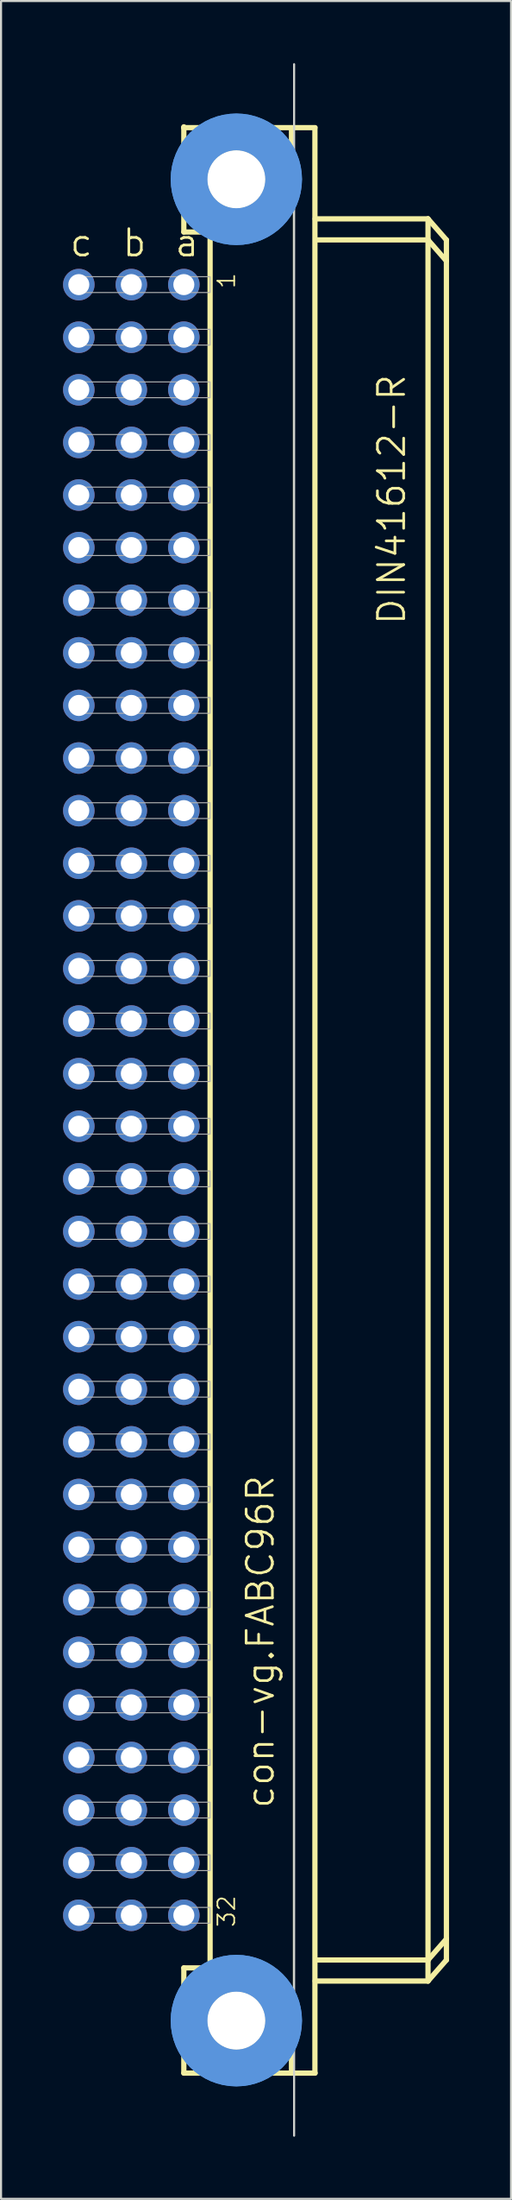
<source format=kicad_pcb>
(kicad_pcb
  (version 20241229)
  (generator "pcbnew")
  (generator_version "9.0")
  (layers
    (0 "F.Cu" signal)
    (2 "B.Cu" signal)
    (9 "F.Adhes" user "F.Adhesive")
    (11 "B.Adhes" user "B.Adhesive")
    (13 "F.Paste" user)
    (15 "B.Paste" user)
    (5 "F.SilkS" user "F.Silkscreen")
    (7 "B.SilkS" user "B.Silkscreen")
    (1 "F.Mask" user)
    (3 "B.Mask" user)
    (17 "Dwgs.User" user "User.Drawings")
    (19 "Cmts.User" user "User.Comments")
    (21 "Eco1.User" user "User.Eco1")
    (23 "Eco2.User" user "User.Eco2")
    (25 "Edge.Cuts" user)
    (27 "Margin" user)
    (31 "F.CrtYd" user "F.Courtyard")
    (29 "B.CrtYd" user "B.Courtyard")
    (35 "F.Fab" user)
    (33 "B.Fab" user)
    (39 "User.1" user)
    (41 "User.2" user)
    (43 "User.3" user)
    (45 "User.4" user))
  (footprint "con-vg.FABC96R"
    (layer "F.Cu")
    (at 8.382 50.063)
    (property "Reference" "con-vg.FABC96R" (at 1.905 34.29 90) (layer "F.SilkS") (effects (font (size 1.27 1.27) (thickness 0.13)) (justify left bottom)))
    (attr through_hole)
    (fp_line (start -2.54 -46.99) (end -2.54 -46.95) (stroke (width 0.254) (type default)) (layer "F.SilkS"))
    (fp_line (start -2.54 -46.95) (end -2.54 -41.91) (stroke (width 0.254) (type default)) (layer "F.SilkS"))
    (fp_line (start -2.54 -46.95) (end 3.81 -46.95) (stroke (width 0.254) (type default)) (layer "F.SilkS"))
    (fp_line (start -2.54 -41.91) (end -1.27 -41.91) (stroke (width 0.254) (type default)) (layer "F.SilkS"))
    (fp_line (start -2.54 41.91) (end -1.27 41.91) (stroke (width 0.254) (type default)) (layer "F.SilkS"))
    (fp_line (start -2.54 46.99) (end -2.54 41.91) (stroke (width 0.254) (type default)) (layer "F.SilkS"))
    (fp_line (start -2.54 46.99) (end 2.667 46.99) (stroke (width 0.254) (type default)) (layer "F.SilkS"))
    (fp_line (start -1.27 -41.91) (end -1.27 41.91) (stroke (width 0.254) (type default)) (layer "F.SilkS"))
    (fp_line (start -1.27 -41.91) (end 1.27 -41.91) (stroke (width 0.254) (type default)) (layer "F.SilkS"))
    (fp_line (start -1.27 41.91) (end 1.27 41.91) (stroke (width 0.254) (type default)) (layer "F.SilkS"))
    (fp_line (start 1.27 -41.91) (end 2.667 -43.18) (stroke (width 0.254) (type default)) (layer "F.SilkS"))
    (fp_line (start 1.27 41.91) (end 2.667 43.18) (stroke (width 0.254) (type default)) (layer "F.SilkS"))
    (fp_line (start 2.667 -43.18) (end 2.667 -46.863) (stroke (width 0.254) (type default)) (layer "F.SilkS"))
    (fp_line (start 2.667 43.18) (end 2.667 46.99) (stroke (width 0.254) (type default)) (layer "F.SilkS"))
    (fp_line (start 2.667 46.99) (end 3.81 46.99) (stroke (width 0.254) (type default)) (layer "F.SilkS"))
    (fp_line (start 2.76 -46.86) (end 2.76 46.987) (stroke (width 0.051) (type default)) (layer "F.SilkS"))
    (fp_line (start 3.8 46.987) (end 3.8 -46.86) (stroke (width 0.254) (type default)) (layer "F.SilkS"))
    (fp_line (start 3.81 -42.545) (end 9.271 -42.545) (stroke (width 0.254) (type default)) (layer "F.SilkS"))
    (fp_line (start 3.937 41.529) (end 9.271 41.529) (stroke (width 0.254) (type default)) (layer "F.SilkS"))
    (fp_line (start 9.271 -41.529) (end 3.937 -41.529) (stroke (width 0.254) (type default)) (layer "F.SilkS"))
    (fp_line (start 9.271 -41.529) (end 9.271 -42.545) (stroke (width 0.254) (type default)) (layer "F.SilkS"))
    (fp_line (start 9.271 41.529) (end 9.271 -41.529) (stroke (width 0.254) (type default)) (layer "F.SilkS"))
    (fp_line (start 9.271 41.529) (end 10.16 40.513) (stroke (width 0.254) (type default)) (layer "F.SilkS"))
    (fp_line (start 9.271 42.545) (end 3.81 42.545) (stroke (width 0.254) (type default)) (layer "F.SilkS"))
    (fp_line (start 9.271 42.545) (end 9.271 41.529) (stroke (width 0.254) (type default)) (layer "F.SilkS"))
    (fp_line (start 9.271 42.545) (end 10.16 41.529) (stroke (width 0.254) (type default)) (layer "F.SilkS"))
    (fp_line (start 10.16 -41.529) (end 9.271 -42.545) (stroke (width 0.254) (type default)) (layer "F.SilkS"))
    (fp_line (start 10.16 -40.513) (end 9.271 -41.529) (stroke (width 0.254) (type default)) (layer "F.SilkS"))
    (fp_line (start 10.16 -40.513) (end 10.16 -41.529) (stroke (width 0.254) (type default)) (layer "F.SilkS"))
    (fp_line (start 10.16 40.513) (end 10.16 -40.513) (stroke (width 0.254) (type default)) (layer "F.SilkS"))
    (fp_line (start 10.16 41.529) (end 10.16 40.513) (stroke (width 0.254) (type default)) (layer "F.SilkS"))
    (fp_circle (center 0 -44.456) (end 1.27 -44.456) (stroke (width 0.254) (type default)) (fill no) (layer "F.SilkS"))
    (fp_circle (center 0 44.456) (end 1.27 44.456) (stroke (width 0.254) (type default)) (fill no) (layer "F.SilkS"))
    (fp_circle (center 0 -44.456) (end 2.286 -44.456) (stroke (width 1.778) (type default)) (fill no) (layer "Cmts.User"))
    (fp_circle (center 0 -44.456) (end 2.286 -44.456) (stroke (width 1.778) (type default)) (fill no) (layer "Cmts.User"))
    (fp_circle (center 0 44.456) (end 2.286 44.456) (stroke (width 1.778) (type default)) (fill no) (layer "Cmts.User"))
    (fp_circle (center 0 44.456) (end 2.286 44.456) (stroke (width 1.778) (type default)) (fill no) (layer "Cmts.User"))
    (fp_line (start 2.794 50.013) (end 2.794 -50.013) (stroke (width 0.1) (type default)) (layer "Edge.Cuts"))
    (fp_rect (start -7.874 -38.989) (end -1.27 -39.751) (stroke (width 0.05) (type default)) (fill no) (layer "F.Fab"))
    (fp_rect (start -7.874 -36.449) (end -1.27 -37.211) (stroke (width 0.05) (type default)) (fill no) (layer "F.Fab"))
    (fp_rect (start -7.874 -33.909) (end -1.27 -34.671) (stroke (width 0.05) (type default)) (fill no) (layer "F.Fab"))
    (fp_rect (start -7.874 -31.369) (end -1.27 -32.131) (stroke (width 0.05) (type default)) (fill no) (layer "F.Fab"))
    (fp_rect (start -7.874 -28.829) (end -1.27 -29.591) (stroke (width 0.05) (type default)) (fill no) (layer "F.Fab"))
    (fp_rect (start -7.874 -26.289) (end -1.27 -27.051) (stroke (width 0.05) (type default)) (fill no) (layer "F.Fab"))
    (fp_rect (start -7.874 -23.749) (end -1.27 -24.511) (stroke (width 0.05) (type default)) (fill no) (layer "F.Fab"))
    (fp_rect (start -7.874 -21.209) (end -1.27 -21.971) (stroke (width 0.05) (type default)) (fill no) (layer "F.Fab"))
    (fp_rect (start -7.874 -18.669) (end -1.27 -19.431) (stroke (width 0.05) (type default)) (fill no) (layer "F.Fab"))
    (fp_rect (start -7.874 -16.129) (end -1.27 -16.891) (stroke (width 0.05) (type default)) (fill no) (layer "F.Fab"))
    (fp_rect (start -7.874 -13.589) (end -1.27 -14.351) (stroke (width 0.05) (type default)) (fill no) (layer "F.Fab"))
    (fp_rect (start -7.874 -11.049) (end -1.27 -11.811) (stroke (width 0.05) (type default)) (fill no) (layer "F.Fab"))
    (fp_rect (start -7.874 -8.509) (end -1.27 -9.271) (stroke (width 0.05) (type default)) (fill no) (layer "F.Fab"))
    (fp_rect (start -7.874 -5.969) (end -1.27 -6.731) (stroke (width 0.05) (type default)) (fill no) (layer "F.Fab"))
    (fp_rect (start -7.874 -3.429) (end -1.27 -4.191) (stroke (width 0.05) (type default)) (fill no) (layer "F.Fab"))
    (fp_rect (start -7.874 -0.889) (end -1.27 -1.651) (stroke (width 0.05) (type default)) (fill no) (layer "F.Fab"))
    (fp_rect (start -7.874 1.651) (end -1.27 0.889) (stroke (width 0.05) (type default)) (fill no) (layer "F.Fab"))
    (fp_rect (start -7.874 4.191) (end -1.27 3.429) (stroke (width 0.05) (type default)) (fill no) (layer "F.Fab"))
    (fp_rect (start -7.874 6.731) (end -1.27 5.969) (stroke (width 0.05) (type default)) (fill no) (layer "F.Fab"))
    (fp_rect (start -7.874 9.271) (end -1.27 8.509) (stroke (width 0.05) (type default)) (fill no) (layer "F.Fab"))
    (fp_rect (start -7.874 11.811) (end -1.27 11.049) (stroke (width 0.05) (type default)) (fill no) (layer "F.Fab"))
    (fp_rect (start -7.874 14.351) (end -1.27 13.589) (stroke (width 0.05) (type default)) (fill no) (layer "F.Fab"))
    (fp_rect (start -7.874 16.891) (end -1.27 16.129) (stroke (width 0.05) (type default)) (fill no) (layer "F.Fab"))
    (fp_rect (start -7.874 19.431) (end -1.27 18.669) (stroke (width 0.05) (type default)) (fill no) (layer "F.Fab"))
    (fp_rect (start -7.874 21.971) (end -1.27 21.209) (stroke (width 0.05) (type default)) (fill no) (layer "F.Fab"))
    (fp_rect (start -7.874 24.511) (end -1.27 23.749) (stroke (width 0.05) (type default)) (fill no) (layer "F.Fab"))
    (fp_rect (start -7.874 27.051) (end -1.27 26.289) (stroke (width 0.05) (type default)) (fill no) (layer "F.Fab"))
    (fp_rect (start -7.874 29.591) (end -1.27 28.829) (stroke (width 0.05) (type default)) (fill no) (layer "F.Fab"))
    (fp_rect (start -7.874 32.131) (end -1.27 31.369) (stroke (width 0.05) (type default)) (fill no) (layer "F.Fab"))
    (fp_rect (start -7.874 34.671) (end -1.27 33.909) (stroke (width 0.05) (type default)) (fill no) (layer "F.Fab"))
    (fp_rect (start -7.874 37.211) (end -1.27 36.449) (stroke (width 0.05) (type default)) (fill no) (layer "F.Fab"))
    (fp_rect (start -7.874 39.751) (end -1.27 38.989) (stroke (width 0.05) (type default)) (fill no) (layer "F.Fab"))
    (fp_text user "1" (at 0 -39.116 90) (layer "F.SilkS") (effects (font (size 0.813 0.813) (thickness 0.08)) (justify left bottom)))
    (fp_text user "DIN41612-R" (at 8.255 -22.86 90) (layer "F.SilkS") (effects (font (size 1.27 1.27) (thickness 0.13)) (justify left bottom)))
    (fp_text user "32" (at 0 40.005 90) (layer "F.SilkS") (effects (font (size 0.813 0.813) (thickness 0.08)) (justify left bottom)))
    (fp_text user "a" (at -3.048 -40.64 0) (layer "F.SilkS") (effects (font (size 1.27 1.27) (thickness 0.13)) (justify left bottom)))
    (fp_text user "b" (at -5.588 -40.64 0) (layer "F.SilkS") (effects (font (size 1.27 1.27) (thickness 0.13)) (justify left bottom)))
    (fp_text user "c" (at -8.128 -40.64 0) (layer "F.SilkS") (effects (font (size 1.27 1.27) (thickness 0.13)) (justify left bottom)))
    (pad "" np_thru_hole circle (at 0 -44.456) (size 2.794 2.794) (drill 2.794) (layers "*.Cu" "*.Mask"))
    (pad "" np_thru_hole circle (at 0 44.456) (size 2.794 2.794) (drill 2.794) (layers "*.Cu" "*.Mask"))
    (pad "A1" thru_hole circle (at -2.54 -39.37) (size 1.524 1.524) (drill 1.016) (layers "*.Cu" "*.Mask"))
    (pad "A2" thru_hole circle (at -2.54 -36.83) (size 1.524 1.524) (drill 1.016) (layers "*.Cu" "*.Mask"))
    (pad "A3" thru_hole circle (at -2.54 -34.29) (size 1.524 1.524) (drill 1.016) (layers "*.Cu" "*.Mask"))
    (pad "A4" thru_hole circle (at -2.54 -31.75) (size 1.524 1.524) (drill 1.016) (layers "*.Cu" "*.Mask"))
    (pad "A5" thru_hole circle (at -2.54 -29.21) (size 1.524 1.524) (drill 1.016) (layers "*.Cu" "*.Mask"))
    (pad "A6" thru_hole circle (at -2.54 -26.67) (size 1.524 1.524) (drill 1.016) (layers "*.Cu" "*.Mask"))
    (pad "A7" thru_hole circle (at -2.54 -24.13) (size 1.524 1.524) (drill 1.016) (layers "*.Cu" "*.Mask"))
    (pad "A8" thru_hole circle (at -2.54 -21.59) (size 1.524 1.524) (drill 1.016) (layers "*.Cu" "*.Mask"))
    (pad "A9" thru_hole circle (at -2.54 -19.05) (size 1.524 1.524) (drill 1.016) (layers "*.Cu" "*.Mask"))
    (pad "A10" thru_hole circle (at -2.54 -16.51) (size 1.524 1.524) (drill 1.016) (layers "*.Cu" "*.Mask"))
    (pad "A11" thru_hole circle (at -2.54 -13.97) (size 1.524 1.524) (drill 1.016) (layers "*.Cu" "*.Mask"))
    (pad "A12" thru_hole circle (at -2.54 -11.43) (size 1.524 1.524) (drill 1.016) (layers "*.Cu" "*.Mask"))
    (pad "A13" thru_hole circle (at -2.54 -8.89) (size 1.524 1.524) (drill 1.016) (layers "*.Cu" "*.Mask"))
    (pad "A14" thru_hole circle (at -2.54 -6.35) (size 1.524 1.524) (drill 1.016) (layers "*.Cu" "*.Mask"))
    (pad "A15" thru_hole circle (at -2.54 -3.81) (size 1.524 1.524) (drill 1.016) (layers "*.Cu" "*.Mask"))
    (pad "A16" thru_hole circle (at -2.54 -1.27) (size 1.524 1.524) (drill 1.016) (layers "*.Cu" "*.Mask"))
    (pad "A17" thru_hole circle (at -2.54 1.27) (size 1.524 1.524) (drill 1.016) (layers "*.Cu" "*.Mask"))
    (pad "A18" thru_hole circle (at -2.54 3.81) (size 1.524 1.524) (drill 1.016) (layers "*.Cu" "*.Mask"))
    (pad "A19" thru_hole circle (at -2.54 6.35) (size 1.524 1.524) (drill 1.016) (layers "*.Cu" "*.Mask"))
    (pad "A20" thru_hole circle (at -2.54 8.89) (size 1.524 1.524) (drill 1.016) (layers "*.Cu" "*.Mask"))
    (pad "A21" thru_hole circle (at -2.54 11.43) (size 1.524 1.524) (drill 1.016) (layers "*.Cu" "*.Mask"))
    (pad "A22" thru_hole circle (at -2.54 13.97) (size 1.524 1.524) (drill 1.016) (layers "*.Cu" "*.Mask"))
    (pad "A23" thru_hole circle (at -2.54 16.51) (size 1.524 1.524) (drill 1.016) (layers "*.Cu" "*.Mask"))
    (pad "A24" thru_hole circle (at -2.54 19.05) (size 1.524 1.524) (drill 1.016) (layers "*.Cu" "*.Mask"))
    (pad "A25" thru_hole circle (at -2.54 21.59) (size 1.524 1.524) (drill 1.016) (layers "*.Cu" "*.Mask"))
    (pad "A26" thru_hole circle (at -2.54 24.13) (size 1.524 1.524) (drill 1.016) (layers "*.Cu" "*.Mask"))
    (pad "A27" thru_hole circle (at -2.54 26.67) (size 1.524 1.524) (drill 1.016) (layers "*.Cu" "*.Mask"))
    (pad "A28" thru_hole circle (at -2.54 29.21) (size 1.524 1.524) (drill 1.016) (layers "*.Cu" "*.Mask"))
    (pad "A29" thru_hole circle (at -2.54 31.75) (size 1.524 1.524) (drill 1.016) (layers "*.Cu" "*.Mask"))
    (pad "A30" thru_hole circle (at -2.54 34.29) (size 1.524 1.524) (drill 1.016) (layers "*.Cu" "*.Mask"))
    (pad "A31" thru_hole circle (at -2.54 36.83) (size 1.524 1.524) (drill 1.016) (layers "*.Cu" "*.Mask"))
    (pad "A32" thru_hole circle (at -2.54 39.37) (size 1.524 1.524) (drill 1.016) (layers "*.Cu" "*.Mask"))
    (pad "B1" thru_hole circle (at -5.08 -39.37) (size 1.524 1.524) (drill 1.016) (layers "*.Cu" "*.Mask"))
    (pad "B2" thru_hole circle (at -5.08 -36.83) (size 1.524 1.524) (drill 1.016) (layers "*.Cu" "*.Mask"))
    (pad "B3" thru_hole circle (at -5.08 -34.29) (size 1.524 1.524) (drill 1.016) (layers "*.Cu" "*.Mask"))
    (pad "B4" thru_hole circle (at -5.08 -31.75) (size 1.524 1.524) (drill 1.016) (layers "*.Cu" "*.Mask"))
    (pad "B5" thru_hole circle (at -5.08 -29.21) (size 1.524 1.524) (drill 1.016) (layers "*.Cu" "*.Mask"))
    (pad "B6" thru_hole circle (at -5.08 -26.67) (size 1.524 1.524) (drill 1.016) (layers "*.Cu" "*.Mask"))
    (pad "B7" thru_hole circle (at -5.08 -24.13) (size 1.524 1.524) (drill 1.016) (layers "*.Cu" "*.Mask"))
    (pad "B8" thru_hole circle (at -5.08 -21.59) (size 1.524 1.524) (drill 1.016) (layers "*.Cu" "*.Mask"))
    (pad "B9" thru_hole circle (at -5.08 -19.05) (size 1.524 1.524) (drill 1.016) (layers "*.Cu" "*.Mask"))
    (pad "B10" thru_hole circle (at -5.08 -16.51) (size 1.524 1.524) (drill 1.016) (layers "*.Cu" "*.Mask"))
    (pad "B11" thru_hole circle (at -5.08 -13.97) (size 1.524 1.524) (drill 1.016) (layers "*.Cu" "*.Mask"))
    (pad "B12" thru_hole circle (at -5.08 -11.43) (size 1.524 1.524) (drill 1.016) (layers "*.Cu" "*.Mask"))
    (pad "B13" thru_hole circle (at -5.08 -8.89) (size 1.524 1.524) (drill 1.016) (layers "*.Cu" "*.Mask"))
    (pad "B14" thru_hole circle (at -5.08 -6.35) (size 1.524 1.524) (drill 1.016) (layers "*.Cu" "*.Mask"))
    (pad "B15" thru_hole circle (at -5.08 -3.81) (size 1.524 1.524) (drill 1.016) (layers "*.Cu" "*.Mask"))
    (pad "B16" thru_hole circle (at -5.08 -1.27) (size 1.524 1.524) (drill 1.016) (layers "*.Cu" "*.Mask"))
    (pad "B17" thru_hole circle (at -5.08 1.27) (size 1.524 1.524) (drill 1.016) (layers "*.Cu" "*.Mask"))
    (pad "B18" thru_hole circle (at -5.08 3.81) (size 1.524 1.524) (drill 1.016) (layers "*.Cu" "*.Mask"))
    (pad "B19" thru_hole circle (at -5.08 6.35) (size 1.524 1.524) (drill 1.016) (layers "*.Cu" "*.Mask"))
    (pad "B20" thru_hole circle (at -5.08 8.89) (size 1.524 1.524) (drill 1.016) (layers "*.Cu" "*.Mask"))
    (pad "B21" thru_hole circle (at -5.08 11.43) (size 1.524 1.524) (drill 1.016) (layers "*.Cu" "*.Mask"))
    (pad "B22" thru_hole circle (at -5.08 13.97) (size 1.524 1.524) (drill 1.016) (layers "*.Cu" "*.Mask"))
    (pad "B23" thru_hole circle (at -5.08 16.51) (size 1.524 1.524) (drill 1.016) (layers "*.Cu" "*.Mask"))
    (pad "B24" thru_hole circle (at -5.08 19.05) (size 1.524 1.524) (drill 1.016) (layers "*.Cu" "*.Mask"))
    (pad "B25" thru_hole circle (at -5.08 21.59) (size 1.524 1.524) (drill 1.016) (layers "*.Cu" "*.Mask"))
    (pad "B26" thru_hole circle (at -5.08 24.13) (size 1.524 1.524) (drill 1.016) (layers "*.Cu" "*.Mask"))
    (pad "B27" thru_hole circle (at -5.08 26.67) (size 1.524 1.524) (drill 1.016) (layers "*.Cu" "*.Mask"))
    (pad "B28" thru_hole circle (at -5.08 29.21) (size 1.524 1.524) (drill 1.016) (layers "*.Cu" "*.Mask"))
    (pad "B29" thru_hole circle (at -5.08 31.75) (size 1.524 1.524) (drill 1.016) (layers "*.Cu" "*.Mask"))
    (pad "B30" thru_hole circle (at -5.08 34.29) (size 1.524 1.524) (drill 1.016) (layers "*.Cu" "*.Mask"))
    (pad "B31" thru_hole circle (at -5.08 36.83) (size 1.524 1.524) (drill 1.016) (layers "*.Cu" "*.Mask"))
    (pad "B32" thru_hole circle (at -5.08 39.37) (size 1.524 1.524) (drill 1.016) (layers "*.Cu" "*.Mask"))
    (pad "C1" thru_hole circle (at -7.62 -39.37) (size 1.524 1.524) (drill 1.016) (layers "*.Cu" "*.Mask"))
    (pad "C2" thru_hole circle (at -7.62 -36.83) (size 1.524 1.524) (drill 1.016) (layers "*.Cu" "*.Mask"))
    (pad "C3" thru_hole circle (at -7.62 -34.29) (size 1.524 1.524) (drill 1.016) (layers "*.Cu" "*.Mask"))
    (pad "C4" thru_hole circle (at -7.62 -31.75) (size 1.524 1.524) (drill 1.016) (layers "*.Cu" "*.Mask"))
    (pad "C5" thru_hole circle (at -7.62 -29.21) (size 1.524 1.524) (drill 1.016) (layers "*.Cu" "*.Mask"))
    (pad "C6" thru_hole circle (at -7.62 -26.67) (size 1.524 1.524) (drill 1.016) (layers "*.Cu" "*.Mask"))
    (pad "C7" thru_hole circle (at -7.62 -24.13) (size 1.524 1.524) (drill 1.016) (layers "*.Cu" "*.Mask"))
    (pad "C8" thru_hole circle (at -7.62 -21.59) (size 1.524 1.524) (drill 1.016) (layers "*.Cu" "*.Mask"))
    (pad "C9" thru_hole circle (at -7.62 -19.05) (size 1.524 1.524) (drill 1.016) (layers "*.Cu" "*.Mask"))
    (pad "C10" thru_hole circle (at -7.62 -16.51) (size 1.524 1.524) (drill 1.016) (layers "*.Cu" "*.Mask"))
    (pad "C11" thru_hole circle (at -7.62 -13.97) (size 1.524 1.524) (drill 1.016) (layers "*.Cu" "*.Mask"))
    (pad "C12" thru_hole circle (at -7.62 -11.43) (size 1.524 1.524) (drill 1.016) (layers "*.Cu" "*.Mask"))
    (pad "C13" thru_hole circle (at -7.62 -8.89) (size 1.524 1.524) (drill 1.016) (layers "*.Cu" "*.Mask"))
    (pad "C14" thru_hole circle (at -7.62 -6.35) (size 1.524 1.524) (drill 1.016) (layers "*.Cu" "*.Mask"))
    (pad "C15" thru_hole circle (at -7.62 -3.81) (size 1.524 1.524) (drill 1.016) (layers "*.Cu" "*.Mask"))
    (pad "C16" thru_hole circle (at -7.62 -1.27) (size 1.524 1.524) (drill 1.016) (layers "*.Cu" "*.Mask"))
    (pad "C17" thru_hole circle (at -7.62 1.27) (size 1.524 1.524) (drill 1.016) (layers "*.Cu" "*.Mask"))
    (pad "C18" thru_hole circle (at -7.62 3.81) (size 1.524 1.524) (drill 1.016) (layers "*.Cu" "*.Mask"))
    (pad "C19" thru_hole circle (at -7.62 6.35) (size 1.524 1.524) (drill 1.016) (layers "*.Cu" "*.Mask"))
    (pad "C20" thru_hole circle (at -7.62 8.89) (size 1.524 1.524) (drill 1.016) (layers "*.Cu" "*.Mask"))
    (pad "C21" thru_hole circle (at -7.62 11.43) (size 1.524 1.524) (drill 1.016) (layers "*.Cu" "*.Mask"))
    (pad "C22" thru_hole circle (at -7.62 13.97) (size 1.524 1.524) (drill 1.016) (layers "*.Cu" "*.Mask"))
    (pad "C23" thru_hole circle (at -7.62 16.51) (size 1.524 1.524) (drill 1.016) (layers "*.Cu" "*.Mask"))
    (pad "C24" thru_hole circle (at -7.62 19.05) (size 1.524 1.524) (drill 1.016) (layers "*.Cu" "*.Mask"))
    (pad "C25" thru_hole circle (at -7.62 21.59) (size 1.524 1.524) (drill 1.016) (layers "*.Cu" "*.Mask"))
    (pad "C26" thru_hole circle (at -7.62 24.13) (size 1.524 1.524) (drill 1.016) (layers "*.Cu" "*.Mask"))
    (pad "C27" thru_hole circle (at -7.62 26.67) (size 1.524 1.524) (drill 1.016) (layers "*.Cu" "*.Mask"))
    (pad "C28" thru_hole circle (at -7.62 29.21) (size 1.524 1.524) (drill 1.016) (layers "*.Cu" "*.Mask"))
    (pad "C29" thru_hole circle (at -7.62 31.75) (size 1.524 1.524) (drill 1.016) (layers "*.Cu" "*.Mask"))
    (pad "C30" thru_hole circle (at -7.62 34.29) (size 1.524 1.524) (drill 1.016) (layers "*.Cu" "*.Mask"))
    (pad "C31" thru_hole circle (at -7.62 36.83) (size 1.524 1.524) (drill 1.016) (layers "*.Cu" "*.Mask"))
    (pad "C32" thru_hole circle (at -7.62 39.37) (size 1.524 1.524) (drill 1.016) (layers "*.Cu" "*.Mask")))
  (gr_rect
    (start -3 -3)
    (end 21.669 103.125)
    (stroke (width 0.1) (type default))
    (fill no)
    (layer "Edge.Cuts")))
</source>
